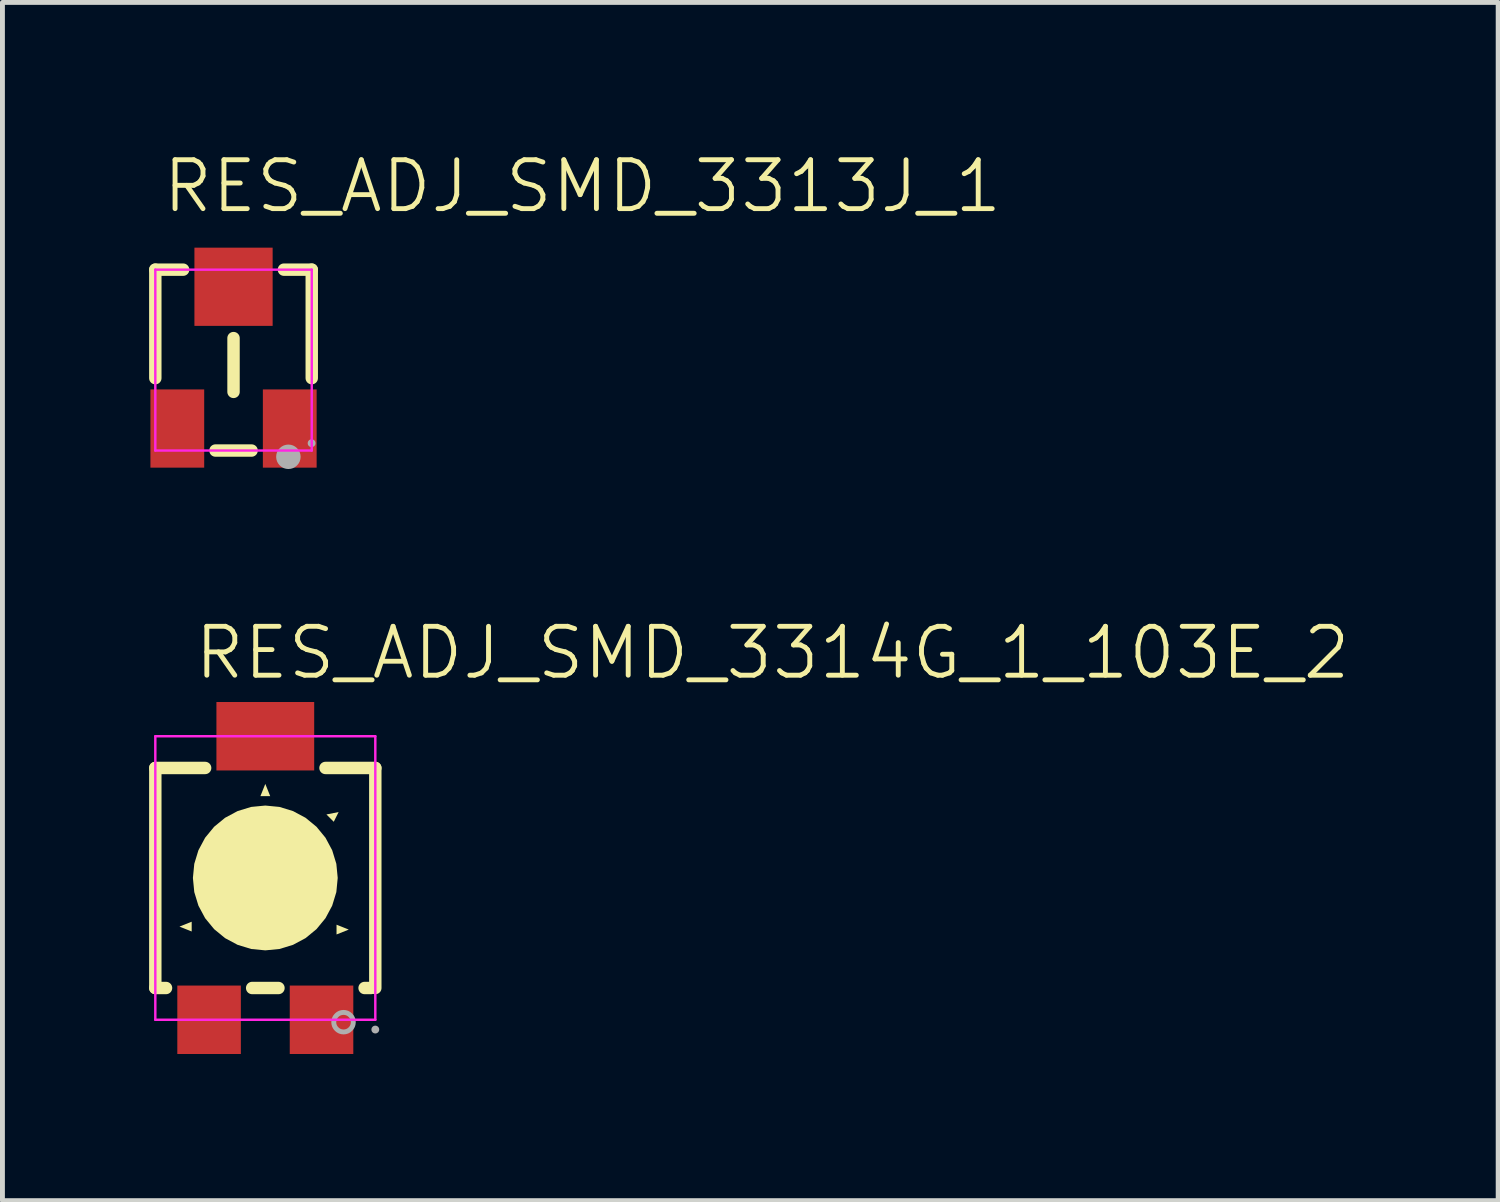
<source format=kicad_pcb>
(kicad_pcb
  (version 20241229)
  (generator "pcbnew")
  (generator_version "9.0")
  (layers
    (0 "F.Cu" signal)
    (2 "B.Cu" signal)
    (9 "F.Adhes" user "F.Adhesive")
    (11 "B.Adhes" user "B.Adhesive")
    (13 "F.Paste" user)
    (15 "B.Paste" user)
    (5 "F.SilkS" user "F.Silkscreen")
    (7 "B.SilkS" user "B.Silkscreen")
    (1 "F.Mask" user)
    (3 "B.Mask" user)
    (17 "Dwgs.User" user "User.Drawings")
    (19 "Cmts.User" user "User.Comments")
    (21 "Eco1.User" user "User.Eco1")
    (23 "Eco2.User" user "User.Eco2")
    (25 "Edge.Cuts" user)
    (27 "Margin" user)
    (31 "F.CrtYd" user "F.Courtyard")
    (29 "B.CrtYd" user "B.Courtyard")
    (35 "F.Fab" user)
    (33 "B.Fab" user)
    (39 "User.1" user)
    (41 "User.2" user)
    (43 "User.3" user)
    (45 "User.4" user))
  (footprint "RES_ADJ_SMD_3313J_1"
    (layer "F.Cu")
    (at 1.727 4.316)
    (property "Reference" "RES_ADJ_SMD_3313J_1" (at -1.5 -3.556 0) (layer "F.SilkS") (effects (font (size 1 1) (thickness 0.1)) (justify left)))
    (fp_line (start -1.6 -1.85) (end -1.6 0.369) (stroke (width 0.254) (type solid)) (layer "F.SilkS"))
    (fp_line (start -1.6 -1.85) (end -1.031 -1.85) (stroke (width 0.254) (type solid)) (layer "F.SilkS"))
    (fp_line (start -0.369 1.85) (end 0.369 1.85) (stroke (width 0.254) (type solid)) (layer "F.SilkS"))
    (fp_line (start 0 -0.45) (end 0 0.65) (stroke (width 0.254) (type solid)) (layer "F.SilkS"))
    (fp_line (start 1.031 -1.85) (end 1.6 -1.85) (stroke (width 0.254) (type solid)) (layer "F.SilkS"))
    (fp_line (start 1.6 -1.85) (end 1.6 0.369) (stroke (width 0.254) (type solid)) (layer "F.SilkS"))
    (fp_line (start -1.6 -1.85) (end -1.6 1.85) (stroke (width 0.05) (type solid)) (layer "F.CrtYd"))
    (fp_line (start -1.6 1.85) (end 1.6 1.85) (stroke (width 0.05) (type solid)) (layer "F.CrtYd"))
    (fp_line (start 1.6 -1.85) (end -1.6 -1.85) (stroke (width 0.05) (type solid)) (layer "F.CrtYd"))
    (fp_line (start 1.6 1.85) (end 1.6 -1.85) (stroke (width 0.05) (type solid)) (layer "F.CrtYd"))
    (fp_arc (start 1.022 1.978) (mid 1.122 1.878) (end 1.222 1.978) (stroke (width 0.254) (type solid)) (layer "F.Fab"))
    (fp_arc (start 1.222 1.978) (mid 1.122 2.078) (end 1.022 1.978) (stroke (width 0.254) (type solid)) (layer "F.Fab"))
    (fp_poly (pts (xy 1.322 1.978) (xy 1.318 1.939) (xy 1.307 1.901) (xy 1.288 1.867) (xy 1.263 1.837) (xy 1.233 1.812) (xy 1.199 1.793) (xy 1.161 1.782) (xy 1.122 1.778) (xy 1.083 1.782) (xy 1.045 1.793) (xy 1.011 1.812) (xy 0.981 1.837) (xy 0.956 1.867) (xy 0.937 1.901) (xy 0.926 1.939) (xy 0.922 1.978) (xy 0.926 2.017) (xy 0.937 2.055) (xy 0.956 2.089) (xy 0.981 2.119) (xy 1.011 2.144) (xy 1.045 2.163) (xy 1.083 2.174) (xy 1.122 2.178) (xy 1.161 2.174) (xy 1.199 2.163) (xy 1.233 2.144) (xy 1.263 2.119) (xy 1.288 2.089) (xy 1.307 2.055) (xy 1.318 2.017)) (stroke (width 0.1) (type solid)) (fill no) (layer "F.Fab"))
    (fp_poly (pts (xy 1.627 1.7) (xy 1.626 1.694) (xy 1.625 1.689) (xy 1.622 1.683) (xy 1.618 1.679) (xy 1.614 1.675) (xy 1.608 1.672) (xy 1.603 1.671) (xy 1.597 1.67) (xy 1.591 1.671) (xy 1.586 1.672) (xy 1.58 1.675) (xy 1.576 1.679) (xy 1.572 1.683) (xy 1.569 1.689) (xy 1.568 1.694) (xy 1.567 1.7) (xy 1.568 1.706) (xy 1.569 1.711) (xy 1.572 1.717) (xy 1.576 1.721) (xy 1.58 1.725) (xy 1.586 1.728) (xy 1.591 1.729) (xy 1.597 1.73) (xy 1.603 1.729) (xy 1.608 1.728) (xy 1.614 1.725) (xy 1.618 1.721) (xy 1.622 1.717) (xy 1.625 1.711) (xy 1.626 1.706)) (stroke (width 0.1) (type solid)) (fill no) (layer "F.Fab"))
    (pad "1" smd rect (at 1.15 1.4) (size 1.1 1.6) (layers "F.Cu" "F.Mask" "F.Paste"))
    (pad "2" smd rect (at 0 -1.5) (size 1.6 1.6) (layers "F.Cu" "F.Mask" "F.Paste"))
    (pad "3" smd rect (at -1.15 1.4) (size 1.1 1.6) (layers "F.Cu" "F.Mask" "F.Paste")))
  (footprint "RES_ADJ_SMD_3314G_1_103E_2"
    (layer "F.Cu")
    (at 2.377 14.91)
    (property "Reference" "RES_ADJ_SMD_3314G_1_103E_2" (at -1.5 -4.606 0) (layer "F.SilkS") (effects (font (size 1 1) (thickness 0.1)) (justify left)))
    (fp_line (start -2.25 -2.251) (end -2.25 2.25) (stroke (width 0.254) (type solid)) (layer "F.SilkS"))
    (fp_line (start -2.25 2.25) (end -2.031 2.25) (stroke (width 0.254) (type solid)) (layer "F.SilkS"))
    (fp_line (start -1.231 -2.251) (end -2.25 -2.251) (stroke (width 0.254) (type solid)) (layer "F.SilkS"))
    (fp_line (start -0.269 2.25) (end 0.269 2.25) (stroke (width 0.254) (type solid)) (layer "F.SilkS"))
    (fp_line (start -0.254 -1.016) (end -0.254 1.016) (stroke (width 0.254) (type solid)) (layer "F.SilkS"))
    (fp_line (start 0.254 -1.016) (end 0.254 1.016) (stroke (width 0.254) (type solid)) (layer "F.SilkS"))
    (fp_line (start 2.031 2.25) (end 2.159 2.25) (stroke (width 0.254) (type solid)) (layer "F.SilkS"))
    (fp_line (start 2.25 -2.251) (end 1.231 -2.251) (stroke (width 0.254) (type solid)) (layer "F.SilkS"))
    (fp_line (start 2.25 -2.251) (end 2.25 2.25) (stroke (width 0.254) (type solid)) (layer "F.SilkS"))
    (fp_poly (pts (xy -1.506 1.094) (xy -1.506 0.894) (xy -1.756 0.994)) (stroke (width 0) (type solid)) (fill yes) (layer "F.SilkS"))
    (fp_poly (pts (xy -0.1 -1.675) (xy 0.1 -1.675) (xy 0 -1.925)) (stroke (width 0) (type solid)) (fill yes) (layer "F.SilkS"))
    (fp_poly (pts (xy 1.25 -1.3) (xy 1.4 -1.15) (xy 1.5 -1.35)) (stroke (width 0) (type solid)) (fill yes) (layer "F.SilkS"))
    (fp_poly (pts (xy 1.457 0.955) (xy 1.457 1.155) (xy 1.707 1.055)) (stroke (width 0) (type solid)) (fill yes) (layer "F.SilkS"))
    (fp_poly (pts (xy -0.508 -0.509) (xy -0.51 -0.534) (xy -0.518 -0.558) (xy -0.529 -0.58) (xy -0.545 -0.599) (xy -0.564 -0.615) (xy -0.586 -0.626) (xy -0.61 -0.634) (xy -0.635 -0.636) (xy -0.66 -0.634) (xy -0.684 -0.626) (xy -0.706 -0.615) (xy -0.725 -0.599) (xy -0.741 -0.58) (xy -0.752 -0.558) (xy -0.76 -0.534) (xy -0.762 -0.509) (xy -0.76 -0.484) (xy -0.752 -0.46) (xy -0.741 -0.438) (xy -0.725 -0.419) (xy -0.706 -0.403) (xy -0.684 -0.392) (xy -0.66 -0.384) (xy -0.635 -0.382) (xy -0.61 -0.384) (xy -0.586 -0.392) (xy -0.564 -0.403) (xy -0.545 -0.419) (xy -0.529 -0.438) (xy -0.518 -0.46) (xy -0.51 -0.484)) (stroke (width 0) (type solid)) (fill yes) (layer "F.SilkS"))
    (fp_poly (pts (xy 0.762 -0.509) (xy 0.76 -0.534) (xy 0.752 -0.558) (xy 0.741 -0.58) (xy 0.725 -0.599) (xy 0.706 -0.615) (xy 0.684 -0.626) (xy 0.66 -0.634) (xy 0.635 -0.636) (xy 0.61 -0.634) (xy 0.586 -0.626) (xy 0.564 -0.615) (xy 0.545 -0.599) (xy 0.529 -0.58) (xy 0.518 -0.558) (xy 0.51 -0.534) (xy 0.508 -0.509) (xy 0.51 -0.484) (xy 0.518 -0.46) (xy 0.529 -0.438) (xy 0.545 -0.419) (xy 0.564 -0.403) (xy 0.586 -0.392) (xy 0.61 -0.384) (xy 0.635 -0.382) (xy 0.66 -0.384) (xy 0.684 -0.392) (xy 0.706 -0.403) (xy 0.725 -0.419) (xy 0.741 -0.438) (xy 0.752 -0.46) (xy 0.76 -0.484)) (stroke (width 0) (type solid)) (fill yes) (layer "F.SilkS"))
    (fp_poly (pts (xy 1.136 -0.001) (xy 1.114 -0.223) (xy 1.05 -0.436) (xy 0.945 -0.632) (xy 0.803 -0.804) (xy 0.631 -0.946) (xy 0.435 -1.051) (xy 0.222 -1.115) (xy 0 -1.137) (xy -0.222 -1.115) (xy -0.435 -1.051) (xy -0.631 -0.946) (xy -0.803 -0.804) (xy -0.945 -0.632) (xy -1.05 -0.436) (xy -1.114 -0.223) (xy -1.136 -0.001) (xy -1.114 0.221) (xy -1.05 0.434) (xy -0.945 0.63) (xy -0.803 0.802) (xy -0.631 0.944) (xy -0.435 1.049) (xy -0.222 1.113) (xy 0 1.135) (xy 0.222 1.113) (xy 0.435 1.049) (xy 0.631 0.944) (xy 0.803 0.802) (xy 0.945 0.63) (xy 1.05 0.434) (xy 1.114 0.221)) (stroke (width 0) (type solid)) (fill yes) (layer "F.SilkS"))
    (fp_poly (pts (xy 1.481 -0.001) (xy 1.453 -0.29) (xy 1.368 -0.568) (xy 1.231 -0.824) (xy 1.047 -1.048) (xy 0.823 -1.232) (xy 0.567 -1.369) (xy 0.289 -1.454) (xy 0 -1.482) (xy -0.289 -1.454) (xy -0.567 -1.369) (xy -0.823 -1.232) (xy -1.047 -1.048) (xy -1.231 -0.824) (xy -1.368 -0.568) (xy -1.453 -0.29) (xy -1.481 -0.001) (xy -1.453 0.288) (xy -1.368 0.566) (xy -1.231 0.822) (xy -1.047 1.046) (xy -0.823 1.23) (xy -0.567 1.367) (xy -0.289 1.452) (xy 0 1.48) (xy 0.289 1.452) (xy 0.567 1.367) (xy 0.823 1.23) (xy 1.047 1.046) (xy 1.231 0.822) (xy 1.368 0.566) (xy 1.453 0.288)) (stroke (width 0) (type solid)) (fill yes) (layer "F.SilkS"))
    (fp_line (start -2.25 -2.9) (end -2.25 2.9) (stroke (width 0.05) (type solid)) (layer "F.CrtYd"))
    (fp_line (start -2.25 2.9) (end 2.25 2.9) (stroke (width 0.05) (type solid)) (layer "F.CrtYd"))
    (fp_line (start 2.25 -2.9) (end -2.25 -2.9) (stroke (width 0.05) (type solid)) (layer "F.CrtYd"))
    (fp_line (start 2.25 2.9) (end 2.25 -2.9) (stroke (width 0.05) (type solid)) (layer "F.CrtYd"))
    (fp_poly (pts (xy 1.8 2.949) (xy 1.796 2.91) (xy 1.785 2.872) (xy 1.766 2.838) (xy 1.741 2.808) (xy 1.711 2.783) (xy 1.677 2.764) (xy 1.639 2.753) (xy 1.6 2.749) (xy 1.561 2.753) (xy 1.523 2.764) (xy 1.489 2.783) (xy 1.459 2.808) (xy 1.434 2.838) (xy 1.415 2.872) (xy 1.404 2.91) (xy 1.4 2.949) (xy 1.404 2.988) (xy 1.415 3.026) (xy 1.434 3.06) (xy 1.459 3.09) (xy 1.489 3.115) (xy 1.523 3.134) (xy 1.561 3.145) (xy 1.6 3.149) (xy 1.639 3.145) (xy 1.677 3.134) (xy 1.711 3.115) (xy 1.741 3.09) (xy 1.766 3.06) (xy 1.785 3.026) (xy 1.796 2.988)) (stroke (width 0.1) (type solid)) (fill no) (layer "F.Fab"))
    (fp_poly (pts (xy 2.28 3.1) (xy 2.279 3.094) (xy 2.278 3.089) (xy 2.275 3.083) (xy 2.271 3.079) (xy 2.267 3.075) (xy 2.261 3.072) (xy 2.256 3.071) (xy 2.25 3.07) (xy 2.244 3.071) (xy 2.239 3.072) (xy 2.233 3.075) (xy 2.229 3.079) (xy 2.225 3.083) (xy 2.222 3.089) (xy 2.221 3.094) (xy 2.22 3.1) (xy 2.221 3.106) (xy 2.222 3.111) (xy 2.225 3.117) (xy 2.229 3.121) (xy 2.233 3.125) (xy 2.239 3.128) (xy 2.244 3.129) (xy 2.25 3.13) (xy 2.256 3.129) (xy 2.261 3.128) (xy 2.267 3.125) (xy 2.271 3.121) (xy 2.275 3.117) (xy 2.278 3.111) (xy 2.279 3.106)) (stroke (width 0.1) (type solid)) (fill no) (layer "F.Fab"))
    (pad "1" smd rect (at 1.15 2.9) (size 1.3 1.4) (layers "F.Cu" "F.Mask" "F.Paste"))
    (pad "2" smd rect (at 0 -2.9) (size 2 1.4) (layers "F.Cu" "F.Mask" "F.Paste"))
    (pad "3" smd rect (at -1.15 2.9) (size 1.3 1.4) (layers "F.Cu" "F.Mask" "F.Paste")))
  (gr_rect
    (start -3 -3)
    (end 27.596 21.51)
    (stroke (width 0.1) (type default))
    (fill no)
    (layer "Edge.Cuts")))
</source>
